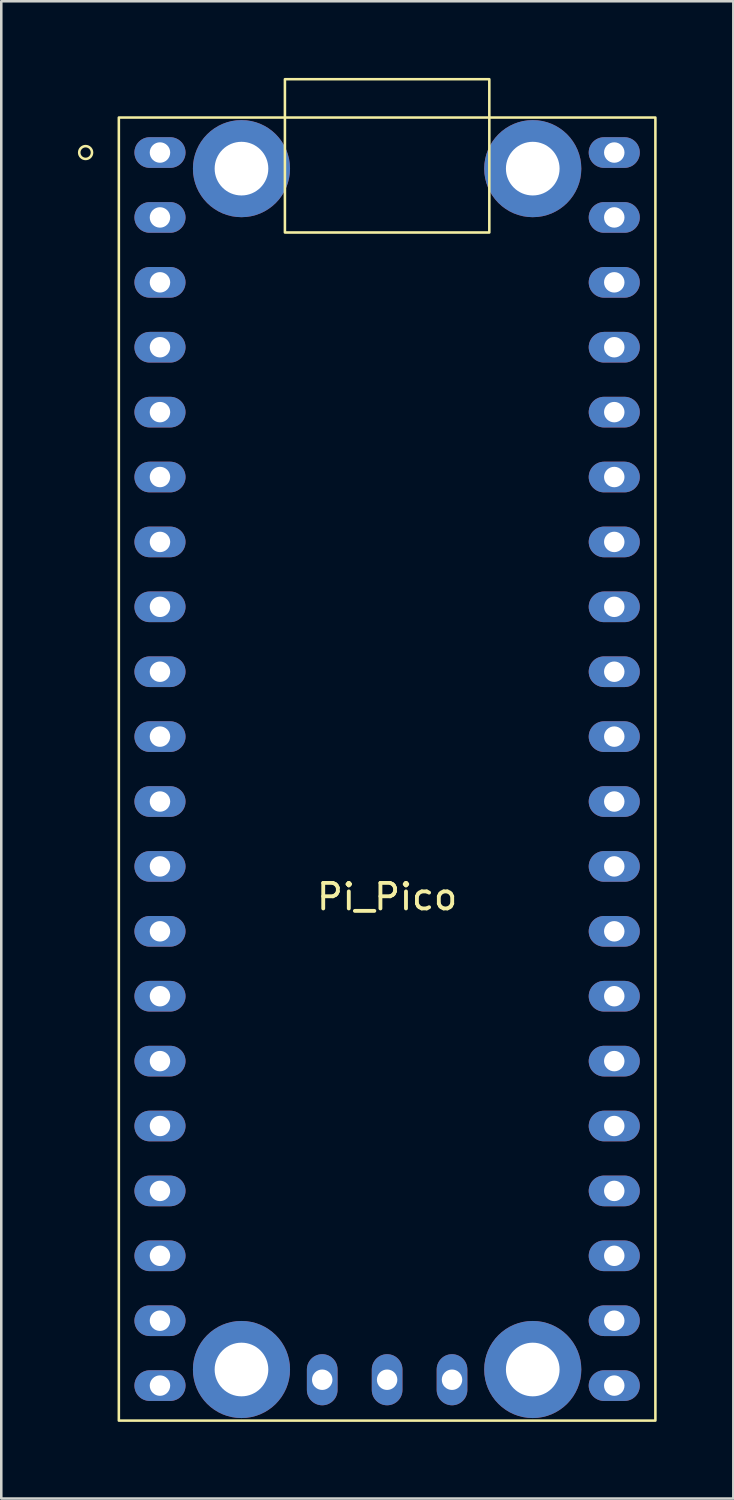
<source format=kicad_pcb>
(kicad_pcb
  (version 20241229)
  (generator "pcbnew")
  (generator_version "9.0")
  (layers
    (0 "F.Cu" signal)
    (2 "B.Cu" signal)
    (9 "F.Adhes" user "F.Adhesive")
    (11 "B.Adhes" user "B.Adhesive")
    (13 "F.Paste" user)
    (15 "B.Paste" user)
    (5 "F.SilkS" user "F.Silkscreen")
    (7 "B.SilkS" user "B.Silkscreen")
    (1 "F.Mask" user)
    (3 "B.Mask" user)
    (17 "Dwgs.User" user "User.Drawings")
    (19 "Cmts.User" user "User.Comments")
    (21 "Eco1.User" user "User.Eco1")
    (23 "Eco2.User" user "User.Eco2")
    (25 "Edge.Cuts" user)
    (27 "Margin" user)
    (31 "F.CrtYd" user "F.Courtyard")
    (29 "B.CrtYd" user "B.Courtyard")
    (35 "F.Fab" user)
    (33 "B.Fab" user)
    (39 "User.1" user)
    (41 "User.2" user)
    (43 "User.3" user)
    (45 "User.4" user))
  (footprint "Pi_Pico"
    (layer "F.Cu")
    (at 1.601 1.55)
    (property "Reference" "Pi_Pico" (at 10.5 30.5 0) (layer "F.SilkS") (effects (font (size 1 1) (thickness 0.15))))
    (fp_rect (start 0 0) (end 21 51) (stroke (width 0.1) (type solid)) (fill no) (layer "F.SilkS"))
    (fp_rect (start 6.5 -1.5) (end 14.5 4.5) (stroke (width 0.1) (type default)) (fill no) (layer "F.SilkS"))
    (fp_circle (center -1.3 1.37) (end -1.2 1.6) (stroke (width 0.1) (type default)) (fill no) (layer "F.SilkS"))
    (pad "" np_thru_hole circle (at 4.8 2) (size 3.8 3.8) (drill 2.1) (layers "*.Cu" "*.Mask"))
    (pad "" np_thru_hole circle (at 4.8 49) (size 3.8 3.8) (drill 2.1) (layers "*.Cu" "*.Mask"))
    (pad "" np_thru_hole circle (at 16.2 2) (size 3.8 3.8) (drill 2.1) (layers "*.Cu" "*.Mask"))
    (pad "" np_thru_hole circle (at 16.2 49) (size 3.8 3.8) (drill 2.1) (layers "*.Cu" "*.Mask"))
    (pad "1" thru_hole oval (at 1.61 1.37 270) (size 1.2 2) (drill 0.8) (layers "*.Cu" "*.Mask"))
    (pad "2" thru_hole oval (at 1.61 3.91 270) (size 1.2 2) (drill 0.8) (layers "*.Cu" "*.Mask"))
    (pad "3" thru_hole oval (at 1.61 6.45 270) (size 1.2 2) (drill 0.8) (layers "*.Cu" "*.Mask"))
    (pad "4" thru_hole oval (at 1.61 8.99 270) (size 1.2 2) (drill 0.8) (layers "*.Cu" "*.Mask"))
    (pad "5" thru_hole oval (at 1.61 11.53 270) (size 1.2 2) (drill 0.8) (layers "*.Cu" "*.Mask"))
    (pad "6" thru_hole oval (at 1.61 14.07 270) (size 1.2 2) (drill 0.8) (layers "*.Cu" "*.Mask"))
    (pad "7" thru_hole oval (at 1.61 16.61 270) (size 1.2 2) (drill 0.8) (layers "*.Cu" "*.Mask"))
    (pad "8" thru_hole oval (at 1.61 19.15 270) (size 1.2 2) (drill 0.8) (layers "*.Cu" "*.Mask"))
    (pad "9" thru_hole oval (at 1.61 21.69 270) (size 1.2 2) (drill 0.8) (layers "*.Cu" "*.Mask"))
    (pad "10" thru_hole oval (at 1.61 24.23 270) (size 1.2 2) (drill 0.8) (layers "*.Cu" "*.Mask"))
    (pad "11" thru_hole oval (at 1.61 26.77 270) (size 1.2 2) (drill 0.8) (layers "*.Cu" "*.Mask"))
    (pad "12" thru_hole oval (at 1.61 29.31 270) (size 1.2 2) (drill 0.8) (layers "*.Cu" "*.Mask"))
    (pad "13" thru_hole oval (at 1.61 31.85 270) (size 1.2 2) (drill 0.8) (layers "*.Cu" "*.Mask"))
    (pad "14" thru_hole oval (at 1.61 34.39 270) (size 1.2 2) (drill 0.8) (layers "*.Cu" "*.Mask"))
    (pad "15" thru_hole oval (at 1.61 36.93 270) (size 1.2 2) (drill 0.8) (layers "*.Cu" "*.Mask"))
    (pad "16" thru_hole oval (at 1.61 39.47 270) (size 1.2 2) (drill 0.8) (layers "*.Cu" "*.Mask"))
    (pad "17" thru_hole oval (at 1.61 42.01 270) (size 1.2 2) (drill 0.8) (layers "*.Cu" "*.Mask"))
    (pad "18" thru_hole oval (at 1.61 44.55 270) (size 1.2 2) (drill 0.8) (layers "*.Cu" "*.Mask"))
    (pad "19" thru_hole oval (at 1.61 47.09 270) (size 1.2 2) (drill 0.8) (layers "*.Cu" "*.Mask"))
    (pad "20" thru_hole oval (at 1.61 49.63 270) (size 1.2 2) (drill 0.8) (layers "*.Cu" "*.Mask"))
    (pad "21" thru_hole oval (at 19.39 49.63 270) (size 1.2 2) (drill 0.8) (layers "*.Cu" "*.Mask"))
    (pad "22" thru_hole oval (at 19.39 47.09 270) (size 1.2 2) (drill 0.8) (layers "*.Cu" "*.Mask"))
    (pad "23" thru_hole oval (at 19.39 44.55 270) (size 1.2 2) (drill 0.8) (layers "*.Cu" "*.Mask"))
    (pad "24" thru_hole oval (at 19.39 42.01 270) (size 1.2 2) (drill 0.8) (layers "*.Cu" "*.Mask"))
    (pad "25" thru_hole oval (at 19.39 39.47 270) (size 1.2 2) (drill 0.8) (layers "*.Cu" "*.Mask"))
    (pad "26" thru_hole oval (at 19.39 36.93 270) (size 1.2 2) (drill 0.8) (layers "*.Cu" "*.Mask"))
    (pad "27" thru_hole oval (at 19.39 34.39 270) (size 1.2 2) (drill 0.8) (layers "*.Cu" "*.Mask"))
    (pad "28" thru_hole oval (at 19.39 31.85 270) (size 1.2 2) (drill 0.8) (layers "*.Cu" "*.Mask"))
    (pad "29" thru_hole oval (at 19.39 29.31 270) (size 1.2 2) (drill 0.8) (layers "*.Cu" "*.Mask"))
    (pad "30" thru_hole oval (at 19.39 26.77 270) (size 1.2 2) (drill 0.8) (layers "*.Cu" "*.Mask"))
    (pad "31" thru_hole oval (at 19.39 24.23 270) (size 1.2 2) (drill 0.8) (layers "*.Cu" "*.Mask"))
    (pad "32" thru_hole oval (at 19.39 21.69 270) (size 1.2 2) (drill 0.8) (layers "*.Cu" "*.Mask"))
    (pad "33" thru_hole oval (at 19.39 19.15 270) (size 1.2 2) (drill 0.8) (layers "*.Cu" "*.Mask"))
    (pad "34" thru_hole oval (at 19.39 16.61 270) (size 1.2 2) (drill 0.8) (layers "*.Cu" "*.Mask"))
    (pad "35" thru_hole oval (at 19.39 14.07 270) (size 1.2 2) (drill 0.8) (layers "*.Cu" "*.Mask"))
    (pad "36" thru_hole oval (at 19.39 11.53 270) (size 1.2 2) (drill 0.8) (layers "*.Cu" "*.Mask"))
    (pad "37" thru_hole oval (at 19.39 8.99 270) (size 1.2 2) (drill 0.8) (layers "*.Cu" "*.Mask"))
    (pad "38" thru_hole oval (at 19.39 6.45 270) (size 1.2 2) (drill 0.8) (layers "*.Cu" "*.Mask"))
    (pad "39" thru_hole oval (at 19.39 3.91 270) (size 1.2 2) (drill 0.8) (layers "*.Cu" "*.Mask"))
    (pad "40" thru_hole oval (at 19.39 1.37 270) (size 1.2 2) (drill 0.8) (layers "*.Cu" "*.Mask"))
    (pad "41" thru_hole oval (at 7.96 49.4) (size 1.2 2) (drill 0.8) (layers "*.Cu" "*.Mask"))
    (pad "42" thru_hole oval (at 10.5 49.4) (size 1.2 2) (drill 0.8) (layers "*.Cu" "*.Mask"))
    (pad "43" thru_hole oval (at 13.04 49.4) (size 1.2 2) (drill 0.8) (layers "*.Cu" "*.Mask")))
  (gr_rect
    (start -3 -3)
    (end 25.651 55.6)
    (stroke (width 0.1) (type default))
    (fill no)
    (layer "Edge.Cuts")))
</source>
